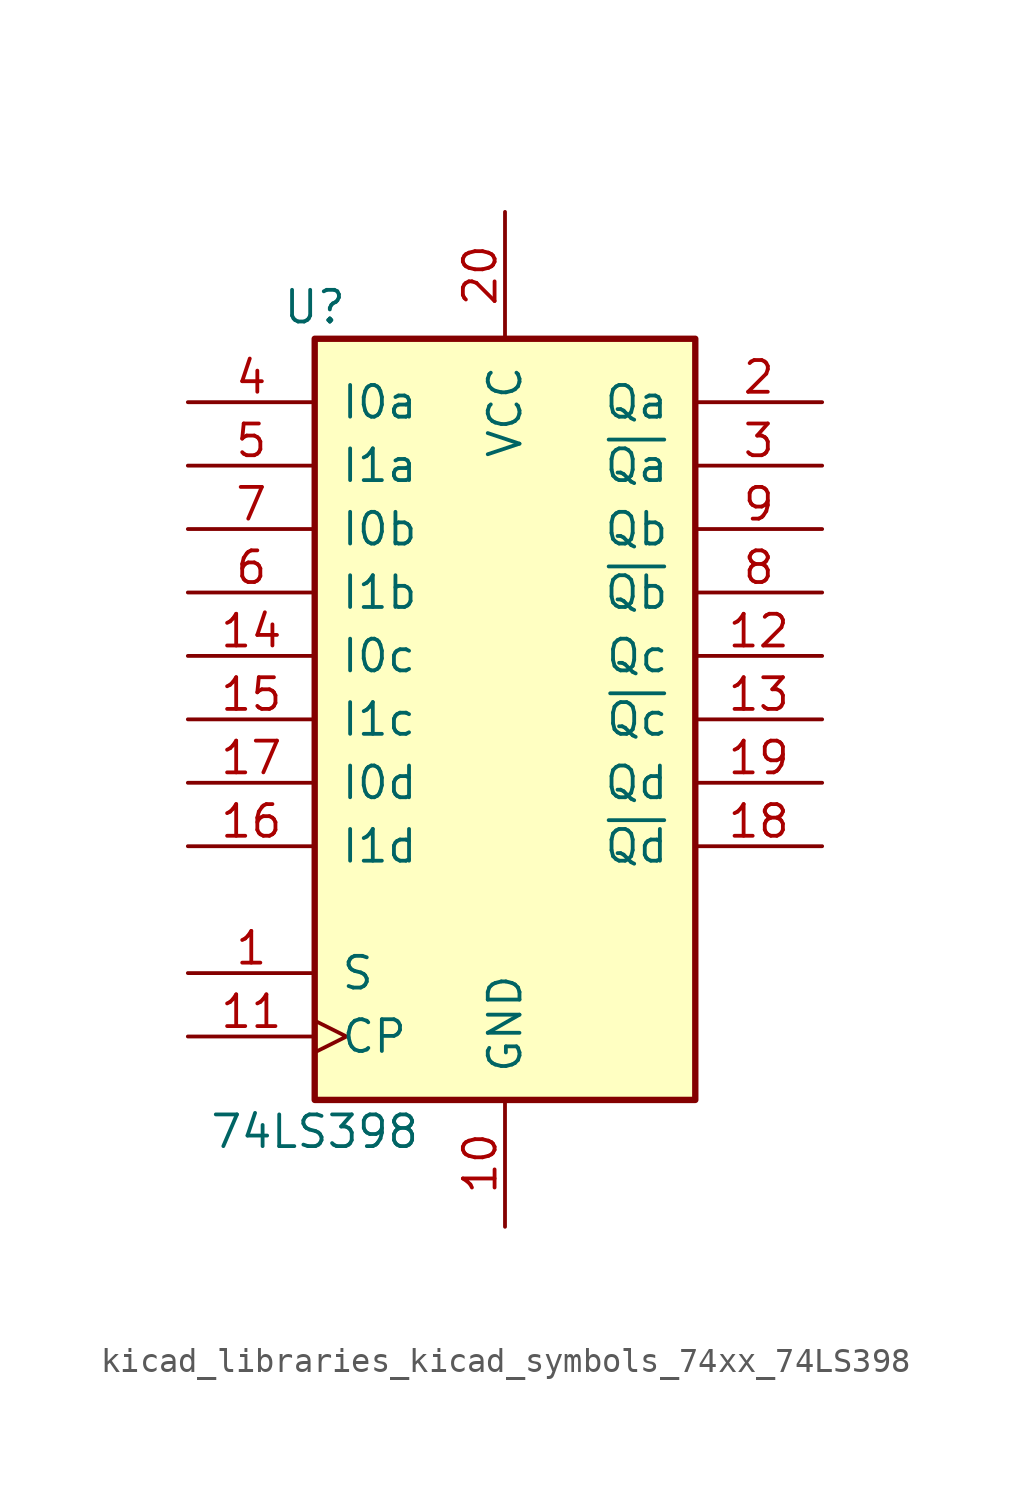
<source format=kicad_sym>
(kicad_symbol_lib
  (version 20220914)
  (generator kicad_symbol_editor)
  (symbol "kicad_libraries_kicad_symbols_74xx_74LS398"
    (pin_names
      (offset 1.016))
    (property "Reference" "U"
      (at -7.62 16.51 0)
      (effects (font (size 1.27 1.27))))
    (property "Value" "74LS398"
      (at -7.62 -16.51 0)
      (effects (font (size 1.27 1.27))))
    (property "ki_locked" ""
      (at 0 0 0)
      (effects (font (size 1.27 1.27))))
    (symbol "kicad_libraries_kicad_symbols_74xx_74LS398_1_0"
      (pin input line (at -12.7 -10.16 0) (length 5.08) (name "S" (effects (font (size 1.27 1.27)))) (number "1" (effects (font (size 1.27 1.27)))))
      (pin power_in line (at 0 -20.32 90) (length 5.08) (name "GND" (effects (font (size 1.27 1.27)))) (number "10" (effects (font (size 1.27 1.27)))))
      (pin input clock (at -12.7 -12.7 0) (length 5.08) (name "CP" (effects (font (size 1.27 1.27)))) (number "11" (effects (font (size 1.27 1.27)))))
      (pin output line (at 12.7 2.54 180) (length 5.08) (name "Qc" (effects (font (size 1.27 1.27)))) (number "12" (effects (font (size 1.27 1.27)))))
      (pin output line (at 12.7 0 180) (length 5.08) (name "~{Qc}" (effects (font (size 1.27 1.27)))) (number "13" (effects (font (size 1.27 1.27)))))
      (pin input line (at -12.7 2.54 0) (length 5.08) (name "I0c" (effects (font (size 1.27 1.27)))) (number "14" (effects (font (size 1.27 1.27)))))
      (pin input line (at -12.7 0 0) (length 5.08) (name "I1c" (effects (font (size 1.27 1.27)))) (number "15" (effects (font (size 1.27 1.27)))))
      (pin input line (at -12.7 -5.08 0) (length 5.08) (name "I1d" (effects (font (size 1.27 1.27)))) (number "16" (effects (font (size 1.27 1.27)))))
      (pin input line (at -12.7 -2.54 0) (length 5.08) (name "I0d" (effects (font (size 1.27 1.27)))) (number "17" (effects (font (size 1.27 1.27)))))
      (pin output line (at 12.7 -5.08 180) (length 5.08) (name "~{Qd}" (effects (font (size 1.27 1.27)))) (number "18" (effects (font (size 1.27 1.27)))))
      (pin output line (at 12.7 -2.54 180) (length 5.08) (name "Qd" (effects (font (size 1.27 1.27)))) (number "19" (effects (font (size 1.27 1.27)))))
      (pin output line (at 12.7 12.7 180) (length 5.08) (name "Qa" (effects (font (size 1.27 1.27)))) (number "2" (effects (font (size 1.27 1.27)))))
      (pin power_in line (at 0 20.32 270) (length 5.08) (name "VCC" (effects (font (size 1.27 1.27)))) (number "20" (effects (font (size 1.27 1.27)))))
      (pin output line (at 12.7 10.16 180) (length 5.08) (name "~{Qa}" (effects (font (size 1.27 1.27)))) (number "3" (effects (font (size 1.27 1.27)))))
      (pin input line (at -12.7 12.7 0) (length 5.08) (name "I0a" (effects (font (size 1.27 1.27)))) (number "4" (effects (font (size 1.27 1.27)))))
      (pin input line (at -12.7 10.16 0) (length 5.08) (name "I1a" (effects (font (size 1.27 1.27)))) (number "5" (effects (font (size 1.27 1.27)))))
      (pin input line (at -12.7 5.08 0) (length 5.08) (name "I1b" (effects (font (size 1.27 1.27)))) (number "6" (effects (font (size 1.27 1.27)))))
      (pin input line (at -12.7 7.62 0) (length 5.08) (name "I0b" (effects (font (size 1.27 1.27)))) (number "7" (effects (font (size 1.27 1.27)))))
      (pin output line (at 12.7 5.08 180) (length 5.08) (name "~{Qb}" (effects (font (size 1.27 1.27)))) (number "8" (effects (font (size 1.27 1.27)))))
      (pin output line (at 12.7 7.62 180) (length 5.08) (name "Qb" (effects (font (size 1.27 1.27)))) (number "9" (effects (font (size 1.27 1.27))))))
    (symbol "kicad_libraries_kicad_symbols_74xx_74LS398_1_1"
      (rectangle (start -7.62 15.24) (end 7.62 -15.24) (stroke (width 0.254) (type default)) (fill (type background))))))
</source>
